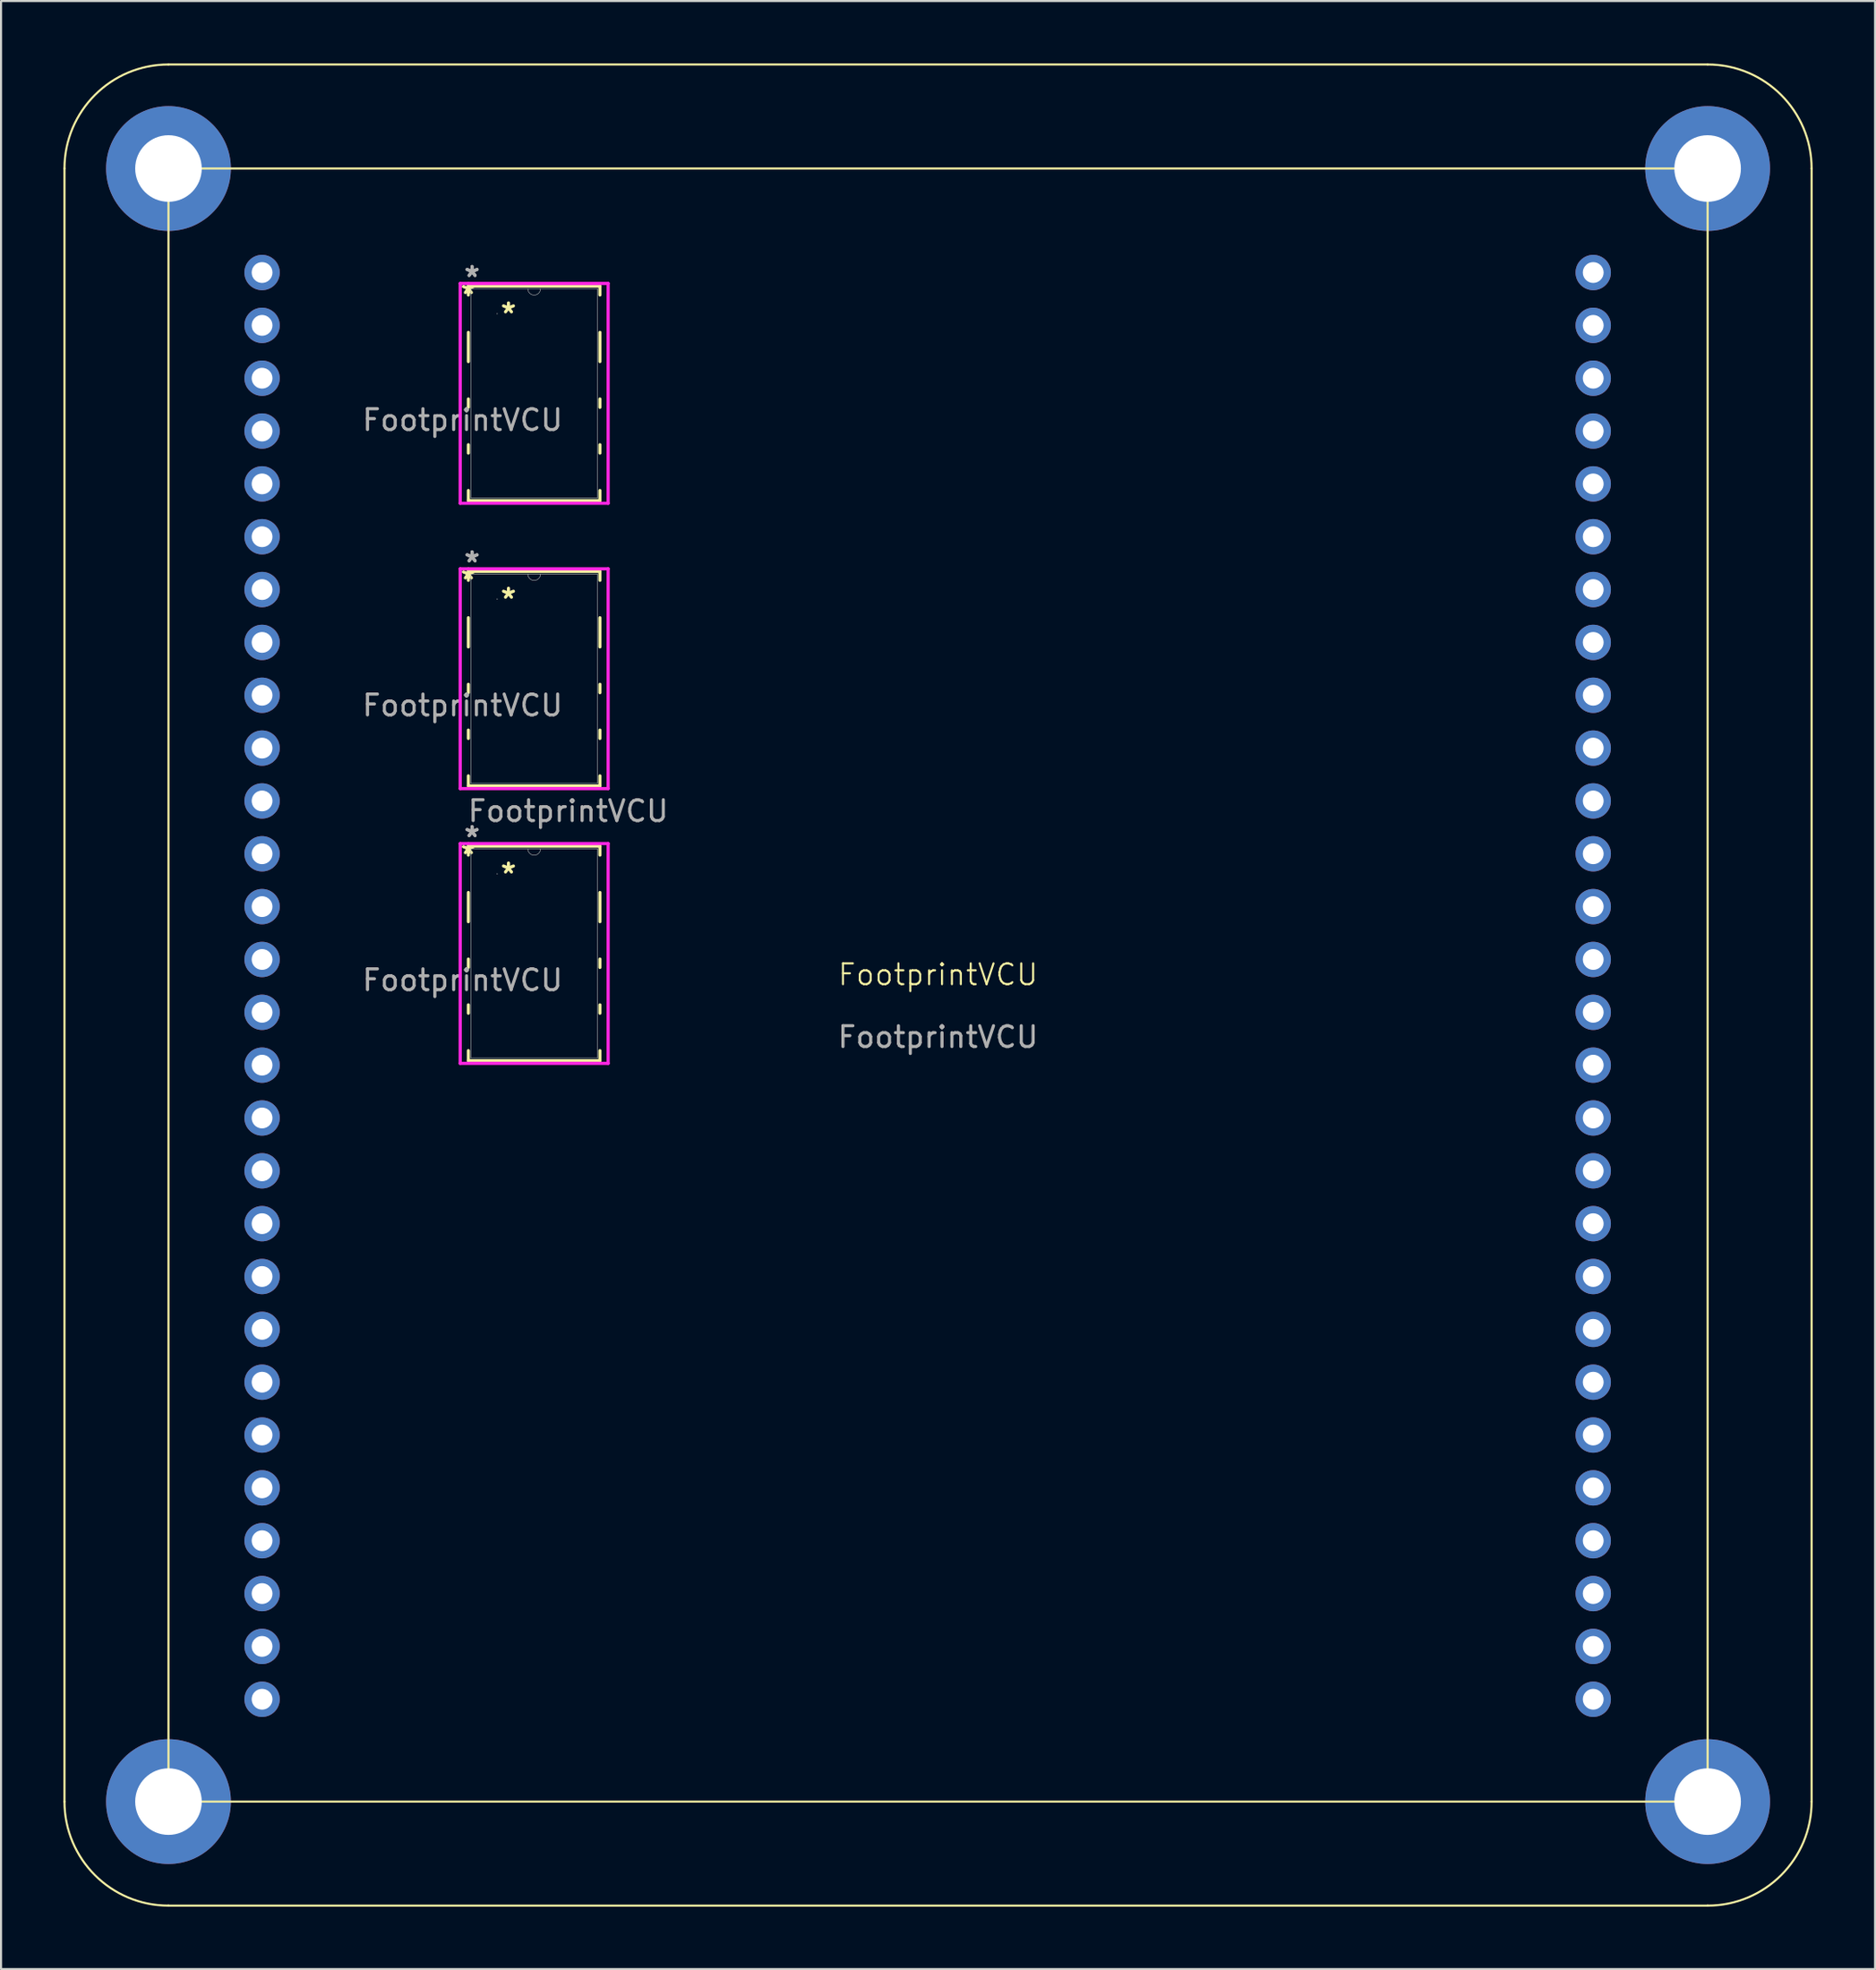
<source format=kicad_pcb>
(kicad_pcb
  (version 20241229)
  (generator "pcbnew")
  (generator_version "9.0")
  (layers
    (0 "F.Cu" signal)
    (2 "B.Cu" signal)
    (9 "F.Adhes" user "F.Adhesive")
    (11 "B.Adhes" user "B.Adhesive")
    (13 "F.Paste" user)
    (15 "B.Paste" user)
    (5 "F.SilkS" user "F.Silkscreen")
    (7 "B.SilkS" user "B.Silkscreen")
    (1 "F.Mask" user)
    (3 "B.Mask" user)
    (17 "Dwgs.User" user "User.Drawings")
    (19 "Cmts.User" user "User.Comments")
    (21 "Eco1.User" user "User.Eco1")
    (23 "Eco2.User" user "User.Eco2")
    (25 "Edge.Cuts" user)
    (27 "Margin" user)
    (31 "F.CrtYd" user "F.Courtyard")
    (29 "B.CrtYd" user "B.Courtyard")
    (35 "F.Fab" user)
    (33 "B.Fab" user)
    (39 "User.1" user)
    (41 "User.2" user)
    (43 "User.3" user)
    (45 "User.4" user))
  (footprint "FootprintVCU"
    (layer "F.Cu")
    (at 42.05 44.3)
    (property "Reference" "FootprintVCU" (at 0 -0.5 0) (unlocked yes) (layer "F.SilkS") (effects (font (size 1 1) (thickness 0.1))))
    (attr through_hole)
    (fp_line (start -42 -39.25) (end -42 39.25) (stroke (width 0.1) (type default)) (layer "F.SilkS"))
    (fp_line (start -37 44.25) (end 37 44.25) (stroke (width 0.1) (type default)) (layer "F.SilkS"))
    (fp_line (start -22.581 -33.598) (end -22.581 -33.172) (stroke (width 0.152) (type solid)) (layer "F.SilkS"))
    (fp_line (start -22.581 -31.371) (end -22.581 -29.972) (stroke (width 0.152) (type solid)) (layer "F.SilkS"))
    (fp_line (start -22.581 -28.171) (end -22.581 -27.772) (stroke (width 0.152) (type solid)) (layer "F.SilkS"))
    (fp_line (start -22.581 -25.971) (end -22.581 -25.572) (stroke (width 0.152) (type solid)) (layer "F.SilkS"))
    (fp_line (start -22.581 -23.771) (end -22.581 -23.286) (stroke (width 0.152) (type solid)) (layer "F.SilkS"))
    (fp_line (start -22.581 -23.286) (end -16.256 -23.286) (stroke (width 0.152) (type solid)) (layer "F.SilkS"))
    (fp_line (start -22.581 -19.882) (end -22.581 -19.456) (stroke (width 0.152) (type solid)) (layer "F.SilkS"))
    (fp_line (start -22.581 -17.655) (end -22.581 -16.256) (stroke (width 0.152) (type solid)) (layer "F.SilkS"))
    (fp_line (start -22.581 -14.455) (end -22.581 -14.056) (stroke (width 0.152) (type solid)) (layer "F.SilkS"))
    (fp_line (start -22.581 -12.255) (end -22.581 -11.856) (stroke (width 0.152) (type solid)) (layer "F.SilkS"))
    (fp_line (start -22.581 -10.055) (end -22.581 -9.57) (stroke (width 0.152) (type solid)) (layer "F.SilkS"))
    (fp_line (start -22.581 -9.57) (end -16.256 -9.57) (stroke (width 0.152) (type solid)) (layer "F.SilkS"))
    (fp_line (start -22.581 -6.674) (end -22.581 -6.248) (stroke (width 0.152) (type solid)) (layer "F.SilkS"))
    (fp_line (start -22.581 -4.447) (end -22.581 -3.048) (stroke (width 0.152) (type solid)) (layer "F.SilkS"))
    (fp_line (start -22.581 -1.247) (end -22.581 -0.848) (stroke (width 0.152) (type solid)) (layer "F.SilkS"))
    (fp_line (start -22.581 0.953) (end -22.581 1.352) (stroke (width 0.152) (type solid)) (layer "F.SilkS"))
    (fp_line (start -22.581 3.153) (end -22.581 3.638) (stroke (width 0.152) (type solid)) (layer "F.SilkS"))
    (fp_line (start -22.581 3.638) (end -16.256 3.638) (stroke (width 0.152) (type solid)) (layer "F.SilkS"))
    (fp_line (start -16.256 -33.598) (end -22.581 -33.598) (stroke (width 0.152) (type solid)) (layer "F.SilkS"))
    (fp_line (start -16.256 -33.172) (end -16.256 -33.598) (stroke (width 0.152) (type solid)) (layer "F.SilkS"))
    (fp_line (start -16.256 -29.972) (end -16.256 -31.371) (stroke (width 0.152) (type solid)) (layer "F.SilkS"))
    (fp_line (start -16.256 -27.772) (end -16.256 -28.171) (stroke (width 0.152) (type solid)) (layer "F.SilkS"))
    (fp_line (start -16.256 -25.572) (end -16.256 -25.971) (stroke (width 0.152) (type solid)) (layer "F.SilkS"))
    (fp_line (start -16.256 -23.286) (end -16.256 -23.771) (stroke (width 0.152) (type solid)) (layer "F.SilkS"))
    (fp_line (start -16.256 -19.882) (end -22.581 -19.882) (stroke (width 0.152) (type solid)) (layer "F.SilkS"))
    (fp_line (start -16.256 -19.456) (end -16.256 -19.882) (stroke (width 0.152) (type solid)) (layer "F.SilkS"))
    (fp_line (start -16.256 -16.256) (end -16.256 -17.655) (stroke (width 0.152) (type solid)) (layer "F.SilkS"))
    (fp_line (start -16.256 -14.056) (end -16.256 -14.455) (stroke (width 0.152) (type solid)) (layer "F.SilkS"))
    (fp_line (start -16.256 -11.856) (end -16.256 -12.255) (stroke (width 0.152) (type solid)) (layer "F.SilkS"))
    (fp_line (start -16.256 -9.57) (end -16.256 -10.055) (stroke (width 0.152) (type solid)) (layer "F.SilkS"))
    (fp_line (start -16.256 -6.674) (end -22.581 -6.674) (stroke (width 0.152) (type solid)) (layer "F.SilkS"))
    (fp_line (start -16.256 -6.248) (end -16.256 -6.674) (stroke (width 0.152) (type solid)) (layer "F.SilkS"))
    (fp_line (start -16.256 -3.048) (end -16.256 -4.447) (stroke (width 0.152) (type solid)) (layer "F.SilkS"))
    (fp_line (start -16.256 -0.848) (end -16.256 -1.247) (stroke (width 0.152) (type solid)) (layer "F.SilkS"))
    (fp_line (start -16.256 1.352) (end -16.256 0.953) (stroke (width 0.152) (type solid)) (layer "F.SilkS"))
    (fp_line (start -16.256 3.638) (end -16.256 3.153) (stroke (width 0.152) (type solid)) (layer "F.SilkS"))
    (fp_line (start 37 -44.25) (end -37 -44.25) (stroke (width 0.1) (type default)) (layer "F.SilkS"))
    (fp_line (start 42 39.25) (end 42 -39.25) (stroke (width 0.1) (type default)) (layer "F.SilkS"))
    (fp_rect (start -37 -39.25) (end 37 39.25) (stroke (width 0.1) (type default)) (fill no) (layer "F.SilkS"))
    (fp_arc (start -42 -39.25) (mid -40.535534 -42.785534) (end -37 -44.25) (stroke (width 0.1) (type default)) (layer "F.SilkS"))
    (fp_arc (start -37 44.25) (mid -40.535534 42.785534) (end -42 39.25) (stroke (width 0.1) (type default)) (layer "F.SilkS"))
    (fp_arc (start 37 -44.25) (mid 40.535534 -42.785534) (end 42 -39.25) (stroke (width 0.1) (type default)) (layer "F.SilkS"))
    (fp_arc (start 42 39.25) (mid 40.535534 42.785534) (end 37 44.25) (stroke (width 0.1) (type default)) (layer "F.SilkS"))
    (fp_line (start -22.974 -33.725) (end -15.862 -33.725) (stroke (width 0.152) (type solid)) (layer "F.CrtYd"))
    (fp_line (start -22.974 -23.159) (end -22.974 -33.725) (stroke (width 0.152) (type solid)) (layer "F.CrtYd"))
    (fp_line (start -22.974 -20.009) (end -15.862 -20.009) (stroke (width 0.152) (type solid)) (layer "F.CrtYd"))
    (fp_line (start -22.974 -9.443) (end -22.974 -20.009) (stroke (width 0.152) (type solid)) (layer "F.CrtYd"))
    (fp_line (start -22.974 -6.801) (end -15.862 -6.801) (stroke (width 0.152) (type solid)) (layer "F.CrtYd"))
    (fp_line (start -22.974 3.765) (end -22.974 -6.801) (stroke (width 0.152) (type solid)) (layer "F.CrtYd"))
    (fp_line (start -15.862 -33.725) (end -15.862 -23.159) (stroke (width 0.152) (type solid)) (layer "F.CrtYd"))
    (fp_line (start -15.862 -23.159) (end -22.974 -23.159) (stroke (width 0.152) (type solid)) (layer "F.CrtYd"))
    (fp_line (start -15.862 -20.009) (end -15.862 -9.443) (stroke (width 0.152) (type solid)) (layer "F.CrtYd"))
    (fp_line (start -15.862 -9.443) (end -22.974 -9.443) (stroke (width 0.152) (type solid)) (layer "F.CrtYd"))
    (fp_line (start -15.862 -6.801) (end -15.862 3.765) (stroke (width 0.152) (type solid)) (layer "F.CrtYd"))
    (fp_line (start -15.862 3.765) (end -22.974 3.765) (stroke (width 0.152) (type solid)) (layer "F.CrtYd"))
    (fp_line (start -22.454 -33.471) (end -22.454 -23.413) (stroke (width 0.025) (type solid)) (layer "F.Fab"))
    (fp_line (start -22.454 -23.413) (end -16.383 -23.413) (stroke (width 0.025) (type solid)) (layer "F.Fab"))
    (fp_line (start -22.454 -19.755) (end -22.454 -9.697) (stroke (width 0.025) (type solid)) (layer "F.Fab"))
    (fp_line (start -22.454 -9.697) (end -16.383 -9.697) (stroke (width 0.025) (type solid)) (layer "F.Fab"))
    (fp_line (start -22.454 -6.547) (end -22.454 3.511) (stroke (width 0.025) (type solid)) (layer "F.Fab"))
    (fp_line (start -22.454 3.511) (end -16.383 3.511) (stroke (width 0.025) (type solid)) (layer "F.Fab"))
    (fp_line (start -16.383 -33.471) (end -22.454 -33.471) (stroke (width 0.025) (type solid)) (layer "F.Fab"))
    (fp_line (start -16.383 -23.413) (end -16.383 -33.471) (stroke (width 0.025) (type solid)) (layer "F.Fab"))
    (fp_line (start -16.383 -19.755) (end -22.454 -19.755) (stroke (width 0.025) (type solid)) (layer "F.Fab"))
    (fp_line (start -16.383 -9.697) (end -16.383 -19.755) (stroke (width 0.025) (type solid)) (layer "F.Fab"))
    (fp_line (start -16.383 -6.547) (end -22.454 -6.547) (stroke (width 0.025) (type solid)) (layer "F.Fab"))
    (fp_line (start -16.383 3.511) (end -16.383 -6.547) (stroke (width 0.025) (type solid)) (layer "F.Fab"))
    (fp_arc (start -19.1135 -33.471336) (mid -19.4183 -33.166536) (end -19.7231 -33.471336) (stroke (width 0.0254) (type solid)) (layer "F.Fab"))
    (fp_arc (start -19.1135 -19.755336) (mid -19.4183 -19.450536) (end -19.7231 -19.755336) (stroke (width 0.0254) (type solid)) (layer "F.Fab"))
    (fp_arc (start -19.1135 -6.547336) (mid -19.4183 -6.242536) (end -19.7231 -6.547336) (stroke (width 0.0254) (type solid)) (layer "F.Fab"))
    (fp_circle (center -21.196 -32.271) (end -21.196 -32.271) (stroke (width 0.025) (type solid)) (fill no) (layer "F.Fab"))
    (fp_circle (center -21.196 -18.555) (end -21.196 -18.555) (stroke (width 0.025) (type solid)) (fill no) (layer "F.Fab"))
    (fp_circle (center -21.196 -5.347) (end -21.196 -5.347) (stroke (width 0.025) (type solid)) (fill no) (layer "F.Fab"))
    (fp_text user "*" (at -22.581 -33.172 0) (unlocked yes) (layer "F.SilkS") (effects (font (size 1 1) (thickness 0.15))))
    (fp_text user "*" (at -20.653 -5.32 0) (layer "F.SilkS") (effects (font (size 1 1) (thickness 0.15))))
    (fp_text user "*" (at -22.581 -19.456 0) (unlocked yes) (layer "F.SilkS") (effects (font (size 1 1) (thickness 0.15))))
    (fp_text user "*" (at -20.653 -32.244 0) (layer "F.SilkS") (effects (font (size 1 1) (thickness 0.15))))
    (fp_text user "*" (at -22.581 -6.248 0) (unlocked yes) (layer "F.SilkS") (effects (font (size 1 1) (thickness 0.15))))
    (fp_text user "*" (at -20.653 -18.528 0) (layer "F.SilkS") (effects (font (size 1 1) (thickness 0.15))))
    (fp_text user "*" (at -22.403 -33.994 0) (unlocked yes) (layer "F.Fab") (effects (font (size 1 1) (thickness 0.15))))
    (fp_text user "${REFERENCE}" (at -22.86 -13.443 0) (unlocked yes) (layer "F.Fab") (effects (font (size 1 1) (thickness 0.15))))
    (fp_text user "*" (at -22.403 -20.278 0) (unlocked yes) (layer "F.Fab") (effects (font (size 1 1) (thickness 0.15))))
    (fp_text user "${REFERENCE}" (at -22.86 -27.159 0) (unlocked yes) (layer "F.Fab") (effects (font (size 1 1) (thickness 0.15))))
    (fp_text user "*" (at -22.403 -7.07 0) (layer "F.Fab") (effects (font (size 1 1) (thickness 0.15))))
    (fp_text user "${REFERENCE}" (at 0 2.5 0) (unlocked yes) (layer "F.Fab") (effects (font (size 1 1) (thickness 0.15))))
    (fp_text user "*" (at -22.403 -20.278 0) (layer "F.Fab") (effects (font (size 1 1) (thickness 0.15))))
    (fp_text user "*" (at -22.403 -33.994 0) (layer "F.Fab") (effects (font (size 1 1) (thickness 0.15))))
    (fp_text user "${REFERENCE}" (at -17.78 -8.363 0) (unlocked yes) (layer "F.Fab") (effects (font (size 1 1) (thickness 0.15))))
    (fp_text user "${REFERENCE}" (at -22.86 -0.235 0) (unlocked yes) (layer "F.Fab") (effects (font (size 1 1) (thickness 0.15))))
    (fp_text user "*" (at -22.403 -7.07 0) (unlocked yes) (layer "F.Fab") (effects (font (size 1 1) (thickness 0.15))))
    (pad "1" thru_hole circle (at -32.5 -34.25) (size 1.7 1.7) (drill 1) (layers "*.Cu" "*.Mask"))
    (pad "2" thru_hole circle (at -32.5 -31.71) (size 1.7 1.7) (drill 1) (layers "*.Cu" "*.Mask"))
    (pad "3" thru_hole circle (at -32.5 -29.17) (size 1.7 1.7) (drill 1) (layers "*.Cu" "*.Mask"))
    (pad "4" thru_hole circle (at -32.5 -26.63) (size 1.7 1.7) (drill 1) (layers "*.Cu" "*.Mask"))
    (pad "5" thru_hole circle (at -32.5 -24.09) (size 1.7 1.7) (drill 1) (layers "*.Cu" "*.Mask"))
    (pad "6" thru_hole circle (at -32.5 -21.55) (size 1.7 1.7) (drill 1) (layers "*.Cu" "*.Mask"))
    (pad "7" thru_hole circle (at -32.5 -19.01) (size 1.7 1.7) (drill 1) (layers "*.Cu" "*.Mask"))
    (pad "8" thru_hole circle (at -32.5 -16.47) (size 1.7 1.7) (drill 1) (layers "*.Cu" "*.Mask"))
    (pad "9" thru_hole circle (at -32.5 -13.93) (size 1.7 1.7) (drill 1) (layers "*.Cu" "*.Mask"))
    (pad "10" thru_hole circle (at -32.5 -11.39) (size 1.7 1.7) (drill 1) (layers "*.Cu" "*.Mask"))
    (pad "11" thru_hole circle (at -32.5 -8.85) (size 1.7 1.7) (drill 1) (layers "*.Cu" "*.Mask"))
    (pad "12" thru_hole circle (at -32.5 -6.31) (size 1.7 1.7) (drill 1) (layers "*.Cu" "*.Mask"))
    (pad "13" thru_hole circle (at -37 -39.25) (size 6 6) (drill 3.2) (layers "*.Cu" "*.Mask"))
    (pad "13" thru_hole circle (at -37 39.25) (size 6 6) (drill 3.2) (layers "*.Cu" "*.Mask"))
    (pad "13" thru_hole circle (at -32.5 -3.77) (size 1.7 1.7) (drill 1) (layers "*.Cu" "*.Mask"))
    (pad "13" thru_hole circle (at 37 -39.25) (size 6 6) (drill 3.2) (layers "*.Cu" "*.Mask"))
    (pad "13" thru_hole circle (at 37 39.25) (size 6 6) (drill 3.2) (layers "*.Cu" "*.Mask"))
    (pad "14" thru_hole circle (at -32.5 -1.23) (size 1.7 1.7) (drill 1) (layers "*.Cu" "*.Mask"))
    (pad "15" thru_hole circle (at -32.5 1.31) (size 1.7 1.7) (drill 1) (layers "*.Cu" "*.Mask"))
    (pad "16" thru_hole circle (at -32.5 3.85) (size 1.7 1.7) (drill 1) (layers "*.Cu" "*.Mask"))
    (pad "17" thru_hole circle (at -32.5 6.39) (size 1.7 1.7) (drill 1) (layers "*.Cu" "*.Mask"))
    (pad "18" thru_hole circle (at -32.5 8.93) (size 1.7 1.7) (drill 1) (layers "*.Cu" "*.Mask"))
    (pad "19" thru_hole circle (at -32.5 11.47) (size 1.7 1.7) (drill 1) (layers "*.Cu" "*.Mask"))
    (pad "20" thru_hole circle (at -32.5 14.01) (size 1.7 1.7) (drill 1) (layers "*.Cu" "*.Mask"))
    (pad "21" thru_hole circle (at -32.5 16.55) (size 1.7 1.7) (drill 1) (layers "*.Cu" "*.Mask"))
    (pad "22" thru_hole circle (at -32.5 19.09) (size 1.7 1.7) (drill 1) (layers "*.Cu" "*.Mask"))
    (pad "23" thru_hole circle (at -32.5 21.63) (size 1.7 1.7) (drill 1) (layers "*.Cu" "*.Mask"))
    (pad "24" thru_hole circle (at -32.5 24.17) (size 1.7 1.7) (drill 1) (layers "*.Cu" "*.Mask"))
    (pad "25" thru_hole circle (at -32.5 26.71) (size 1.7 1.7) (drill 1) (layers "*.Cu" "*.Mask"))
    (pad "26" thru_hole circle (at -32.5 29.25) (size 1.7 1.7) (drill 1) (layers "*.Cu" "*.Mask"))
    (pad "27" thru_hole circle (at -32.5 31.79) (size 1.7 1.7) (drill 1) (layers "*.Cu" "*.Mask"))
    (pad "28" thru_hole circle (at -32.5 34.33) (size 1.7 1.7) (drill 1) (layers "*.Cu" "*.Mask"))
    (pad "29" thru_hole circle (at 31.5 -34.25) (size 1.7 1.7) (drill 1) (layers "*.Cu" "*.Mask"))
    (pad "30" thru_hole circle (at 31.5 -31.71) (size 1.7 1.7) (drill 1) (layers "*.Cu" "*.Mask"))
    (pad "31" thru_hole circle (at 31.5 -29.17) (size 1.7 1.7) (drill 1) (layers "*.Cu" "*.Mask"))
    (pad "32" thru_hole circle (at 31.5 -26.63) (size 1.7 1.7) (drill 1) (layers "*.Cu" "*.Mask"))
    (pad "33" thru_hole circle (at 31.5 -24.09) (size 1.7 1.7) (drill 1) (layers "*.Cu" "*.Mask"))
    (pad "34" thru_hole circle (at 31.5 -21.55) (size 1.7 1.7) (drill 1) (layers "*.Cu" "*.Mask"))
    (pad "35" thru_hole circle (at 31.5 -19.01) (size 1.7 1.7) (drill 1) (layers "*.Cu" "*.Mask"))
    (pad "36" thru_hole circle (at 31.5 -16.47) (size 1.7 1.7) (drill 1) (layers "*.Cu" "*.Mask"))
    (pad "37" thru_hole circle (at 31.5 -13.93) (size 1.7 1.7) (drill 1) (layers "*.Cu" "*.Mask"))
    (pad "38" thru_hole circle (at 31.5 -11.39) (size 1.7 1.7) (drill 1) (layers "*.Cu" "*.Mask"))
    (pad "39" thru_hole circle (at 31.5 -8.85) (size 1.7 1.7) (drill 1) (layers "*.Cu" "*.Mask"))
    (pad "40" thru_hole circle (at 31.5 -6.31) (size 1.7 1.7) (drill 1) (layers "*.Cu" "*.Mask"))
    (pad "41" thru_hole circle (at 31.5 -3.77) (size 1.7 1.7) (drill 1) (layers "*.Cu" "*.Mask"))
    (pad "42" thru_hole circle (at 31.5 -1.23) (size 1.7 1.7) (drill 1) (layers "*.Cu" "*.Mask"))
    (pad "43" thru_hole circle (at 31.5 1.31) (size 1.7 1.7) (drill 1) (layers "*.Cu" "*.Mask"))
    (pad "44" thru_hole circle (at 31.5 3.85) (size 1.7 1.7) (drill 1) (layers "*.Cu" "*.Mask"))
    (pad "45" thru_hole circle (at 31.5 6.39) (size 1.7 1.7) (drill 1) (layers "*.Cu" "*.Mask"))
    (pad "46" thru_hole circle (at 31.5 8.93) (size 1.7 1.7) (drill 1) (layers "*.Cu" "*.Mask"))
    (pad "47" thru_hole circle (at 31.5 11.47) (size 1.7 1.7) (drill 1) (layers "*.Cu" "*.Mask"))
    (pad "48" thru_hole circle (at 31.5 14.01) (size 1.7 1.7) (drill 1) (layers "*.Cu" "*.Mask"))
    (pad "49" thru_hole circle (at 31.5 16.55) (size 1.7 1.7) (drill 1) (layers "*.Cu" "*.Mask"))
    (pad "50" thru_hole circle (at 31.5 19.09) (size 1.7 1.7) (drill 1) (layers "*.Cu" "*.Mask"))
    (pad "51" thru_hole circle (at 31.5 21.63) (size 1.7 1.7) (drill 1) (layers "*.Cu" "*.Mask"))
    (pad "52" thru_hole circle (at 31.5 24.17) (size 1.7 1.7) (drill 1) (layers "*.Cu" "*.Mask"))
    (pad "53" thru_hole circle (at 31.5 26.71) (size 1.7 1.7) (drill 1) (layers "*.Cu" "*.Mask"))
    (pad "54" thru_hole circle (at 31.5 29.25) (size 1.7 1.7) (drill 1) (layers "*.Cu" "*.Mask"))
    (pad "55" thru_hole circle (at 31.5 31.79) (size 1.7 1.7) (drill 1) (layers "*.Cu" "*.Mask"))
    (pad "56" thru_hole circle (at 31.5 34.33) (size 1.7 1.7) (drill 1) (layers "*.Cu" "*.Mask")))
  (gr_rect
    (start -3 -3)
    (end 87.1 91.6)
    (stroke (width 0.1) (type default))
    (fill no)
    (layer "Edge.Cuts")))
</source>
